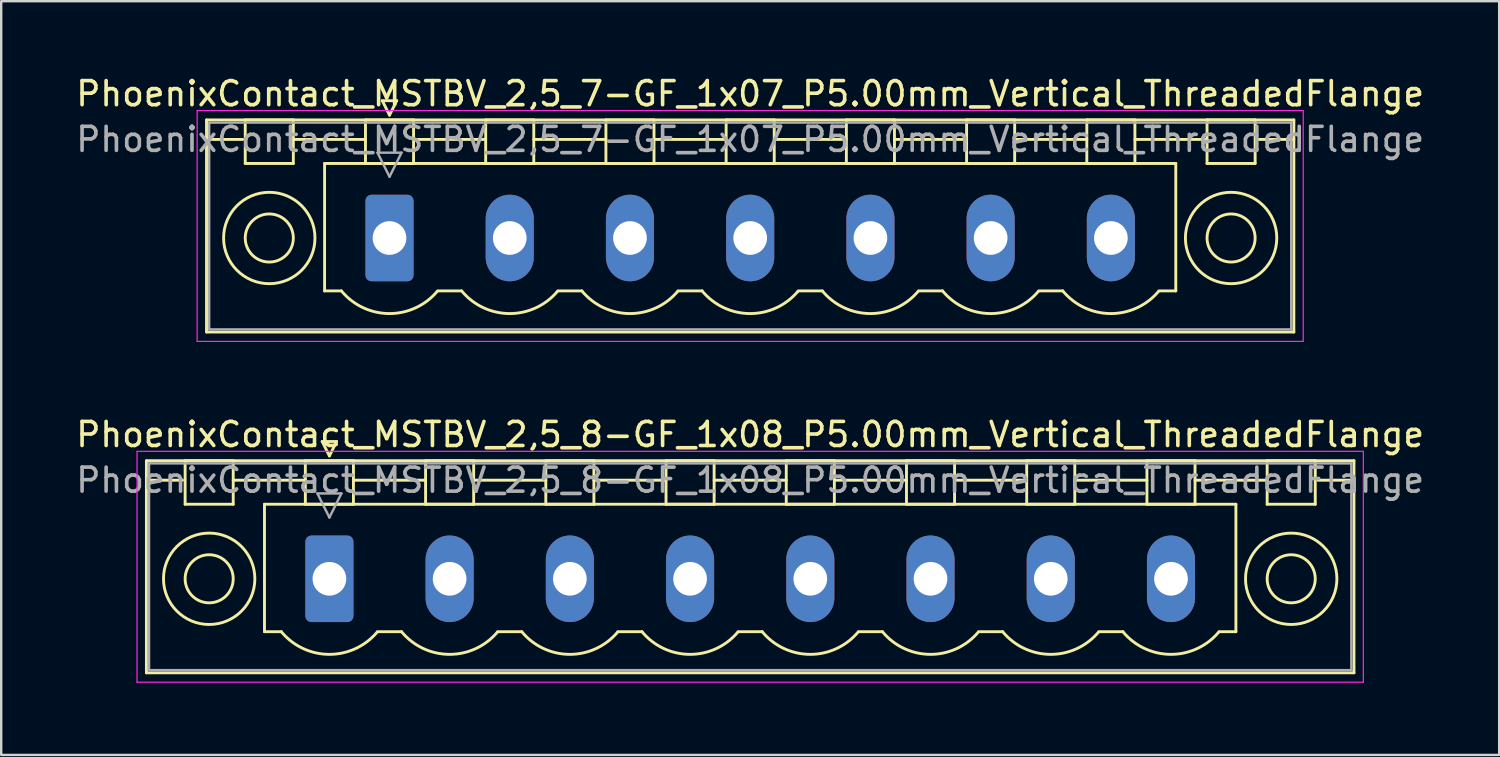
<source format=kicad_pcb>
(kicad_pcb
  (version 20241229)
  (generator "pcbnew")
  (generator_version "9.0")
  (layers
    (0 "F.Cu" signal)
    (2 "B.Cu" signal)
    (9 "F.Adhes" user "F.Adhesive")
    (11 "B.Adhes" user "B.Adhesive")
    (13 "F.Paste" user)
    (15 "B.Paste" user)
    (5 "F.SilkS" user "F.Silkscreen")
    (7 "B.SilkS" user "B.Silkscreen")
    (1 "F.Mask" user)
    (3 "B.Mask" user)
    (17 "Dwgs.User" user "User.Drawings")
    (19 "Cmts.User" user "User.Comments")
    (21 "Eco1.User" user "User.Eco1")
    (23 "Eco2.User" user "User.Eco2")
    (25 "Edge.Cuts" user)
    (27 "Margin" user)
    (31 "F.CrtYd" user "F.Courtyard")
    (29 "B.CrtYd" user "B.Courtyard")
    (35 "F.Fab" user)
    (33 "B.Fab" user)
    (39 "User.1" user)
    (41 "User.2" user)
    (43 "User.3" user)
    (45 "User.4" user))
  (footprint "PhoenixContact_MSTBV_2,5_7-GF_1x07_P5.00mm_Vertical_ThreadedFlange"
    (layer "F.Cu")
    (at 13.149 6.848)
    (property "Reference" "PhoenixContact_MSTBV_2,5_7-GF_1x07_P5.00mm_Vertical_ThreadedFlange" (at 15 -6 0) (layer "F.SilkS") (effects (font (size 1 1) (thickness 0.15))))
    (attr through_hole)
    (fp_line (start -7.61 -4.91) (end -7.61 3.91) (stroke (width 0.12) (type solid)) (layer "F.SilkS"))
    (fp_line (start -7.61 -4.1) (end -6.11 -4.1) (stroke (width 0.12) (type solid)) (layer "F.SilkS"))
    (fp_line (start -7.61 3.91) (end 37.61 3.91) (stroke (width 0.12) (type solid)) (layer "F.SilkS"))
    (fp_line (start -6 -4.91) (end -4 -4.91) (stroke (width 0.12) (type solid)) (layer "F.SilkS"))
    (fp_line (start -6 -3.1) (end -6 -4.91) (stroke (width 0.12) (type solid)) (layer "F.SilkS"))
    (fp_line (start -4 -4.91) (end -4 -3.1) (stroke (width 0.12) (type solid)) (layer "F.SilkS"))
    (fp_line (start -4 -4.1) (end -1 -4.1) (stroke (width 0.12) (type solid)) (layer "F.SilkS"))
    (fp_line (start -4 -3.1) (end -6 -3.1) (stroke (width 0.12) (type solid)) (layer "F.SilkS"))
    (fp_line (start -2.7 -3.1) (end 32.7 -3.1) (stroke (width 0.12) (type solid)) (layer "F.SilkS"))
    (fp_line (start -2.7 2.2) (end -2.7 -3.1) (stroke (width 0.12) (type solid)) (layer "F.SilkS"))
    (fp_line (start -2 2.2) (end -2.7 2.2) (stroke (width 0.12) (type solid)) (layer "F.SilkS"))
    (fp_line (start -1 -4.91) (end 1 -4.91) (stroke (width 0.12) (type solid)) (layer "F.SilkS"))
    (fp_line (start -1 -3.1) (end -1 -4.91) (stroke (width 0.12) (type solid)) (layer "F.SilkS"))
    (fp_line (start -0.3 -5.71) (end 0.3 -5.71) (stroke (width 0.12) (type solid)) (layer "F.SilkS"))
    (fp_line (start 0 -5.11) (end -0.3 -5.71) (stroke (width 0.12) (type solid)) (layer "F.SilkS"))
    (fp_line (start 0.3 -5.71) (end 0 -5.11) (stroke (width 0.12) (type solid)) (layer "F.SilkS"))
    (fp_line (start 1 -4.91) (end 1 -3.1) (stroke (width 0.12) (type solid)) (layer "F.SilkS"))
    (fp_line (start 1 -4.1) (end 4 -4.1) (stroke (width 0.12) (type solid)) (layer "F.SilkS"))
    (fp_line (start 1 -3.1) (end -1 -3.1) (stroke (width 0.12) (type solid)) (layer "F.SilkS"))
    (fp_line (start 2 2.2) (end 3 2.2) (stroke (width 0.12) (type solid)) (layer "F.SilkS"))
    (fp_line (start 4 -4.91) (end 6 -4.91) (stroke (width 0.12) (type solid)) (layer "F.SilkS"))
    (fp_line (start 4 -3.1) (end 4 -4.91) (stroke (width 0.12) (type solid)) (layer "F.SilkS"))
    (fp_line (start 6 -4.91) (end 6 -3.1) (stroke (width 0.12) (type solid)) (layer "F.SilkS"))
    (fp_line (start 6 -4.1) (end 9 -4.1) (stroke (width 0.12) (type solid)) (layer "F.SilkS"))
    (fp_line (start 6 -3.1) (end 4 -3.1) (stroke (width 0.12) (type solid)) (layer "F.SilkS"))
    (fp_line (start 7 2.2) (end 8 2.2) (stroke (width 0.12) (type solid)) (layer "F.SilkS"))
    (fp_line (start 9 -4.91) (end 11 -4.91) (stroke (width 0.12) (type solid)) (layer "F.SilkS"))
    (fp_line (start 9 -3.1) (end 9 -4.91) (stroke (width 0.12) (type solid)) (layer "F.SilkS"))
    (fp_line (start 11 -4.91) (end 11 -3.1) (stroke (width 0.12) (type solid)) (layer "F.SilkS"))
    (fp_line (start 11 -4.1) (end 14 -4.1) (stroke (width 0.12) (type solid)) (layer "F.SilkS"))
    (fp_line (start 11 -3.1) (end 9 -3.1) (stroke (width 0.12) (type solid)) (layer "F.SilkS"))
    (fp_line (start 12 2.2) (end 13 2.2) (stroke (width 0.12) (type solid)) (layer "F.SilkS"))
    (fp_line (start 14 -4.91) (end 16 -4.91) (stroke (width 0.12) (type solid)) (layer "F.SilkS"))
    (fp_line (start 14 -3.1) (end 14 -4.91) (stroke (width 0.12) (type solid)) (layer "F.SilkS"))
    (fp_line (start 16 -4.91) (end 16 -3.1) (stroke (width 0.12) (type solid)) (layer "F.SilkS"))
    (fp_line (start 16 -4.1) (end 19 -4.1) (stroke (width 0.12) (type solid)) (layer "F.SilkS"))
    (fp_line (start 16 -3.1) (end 14 -3.1) (stroke (width 0.12) (type solid)) (layer "F.SilkS"))
    (fp_line (start 17 2.2) (end 18 2.2) (stroke (width 0.12) (type solid)) (layer "F.SilkS"))
    (fp_line (start 19 -4.91) (end 21 -4.91) (stroke (width 0.12) (type solid)) (layer "F.SilkS"))
    (fp_line (start 19 -3.1) (end 19 -4.91) (stroke (width 0.12) (type solid)) (layer "F.SilkS"))
    (fp_line (start 21 -4.91) (end 21 -3.1) (stroke (width 0.12) (type solid)) (layer "F.SilkS"))
    (fp_line (start 21 -4.1) (end 24 -4.1) (stroke (width 0.12) (type solid)) (layer "F.SilkS"))
    (fp_line (start 21 -3.1) (end 19 -3.1) (stroke (width 0.12) (type solid)) (layer "F.SilkS"))
    (fp_line (start 22 2.2) (end 23 2.2) (stroke (width 0.12) (type solid)) (layer "F.SilkS"))
    (fp_line (start 24 -4.91) (end 26 -4.91) (stroke (width 0.12) (type solid)) (layer "F.SilkS"))
    (fp_line (start 24 -3.1) (end 24 -4.91) (stroke (width 0.12) (type solid)) (layer "F.SilkS"))
    (fp_line (start 26 -4.91) (end 26 -3.1) (stroke (width 0.12) (type solid)) (layer "F.SilkS"))
    (fp_line (start 26 -4.1) (end 29 -4.1) (stroke (width 0.12) (type solid)) (layer "F.SilkS"))
    (fp_line (start 26 -3.1) (end 24 -3.1) (stroke (width 0.12) (type solid)) (layer "F.SilkS"))
    (fp_line (start 27 2.2) (end 28 2.2) (stroke (width 0.12) (type solid)) (layer "F.SilkS"))
    (fp_line (start 29 -4.91) (end 31 -4.91) (stroke (width 0.12) (type solid)) (layer "F.SilkS"))
    (fp_line (start 29 -3.1) (end 29 -4.91) (stroke (width 0.12) (type solid)) (layer "F.SilkS"))
    (fp_line (start 31 -4.91) (end 31 -3.1) (stroke (width 0.12) (type solid)) (layer "F.SilkS"))
    (fp_line (start 31 -4.1) (end 34 -4.1) (stroke (width 0.12) (type solid)) (layer "F.SilkS"))
    (fp_line (start 31 -3.1) (end 29 -3.1) (stroke (width 0.12) (type solid)) (layer "F.SilkS"))
    (fp_line (start 32.7 -3.1) (end 32.7 2.2) (stroke (width 0.12) (type solid)) (layer "F.SilkS"))
    (fp_line (start 32.7 2.2) (end 32 2.2) (stroke (width 0.12) (type solid)) (layer "F.SilkS"))
    (fp_line (start 34 -4.91) (end 36 -4.91) (stroke (width 0.12) (type solid)) (layer "F.SilkS"))
    (fp_line (start 34 -3.1) (end 34 -4.91) (stroke (width 0.12) (type solid)) (layer "F.SilkS"))
    (fp_line (start 36 -4.91) (end 36 -3.1) (stroke (width 0.12) (type solid)) (layer "F.SilkS"))
    (fp_line (start 36 -3.1) (end 34 -3.1) (stroke (width 0.12) (type solid)) (layer "F.SilkS"))
    (fp_line (start 37.61 -4.91) (end -7.61 -4.91) (stroke (width 0.12) (type solid)) (layer "F.SilkS"))
    (fp_line (start 37.61 -4.1) (end 36.11 -4.1) (stroke (width 0.12) (type solid)) (layer "F.SilkS"))
    (fp_line (start 37.61 3.91) (end 37.61 -4.91) (stroke (width 0.12) (type solid)) (layer "F.SilkS"))
    (fp_arc (start 1.986842 2.215821) (mid -0.010289 3.142758) (end -2 2.2) (stroke (width 0.12) (type solid)) (layer "F.SilkS"))
    (fp_arc (start 6.986842 2.215821) (mid 4.989711 3.142758) (end 3 2.2) (stroke (width 0.12) (type solid)) (layer "F.SilkS"))
    (fp_arc (start 11.986842 2.215821) (mid 9.989711 3.142758) (end 8 2.2) (stroke (width 0.12) (type solid)) (layer "F.SilkS"))
    (fp_arc (start 16.986842 2.215821) (mid 14.989711 3.142758) (end 13 2.2) (stroke (width 0.12) (type solid)) (layer "F.SilkS"))
    (fp_arc (start 21.986842 2.215821) (mid 19.989711 3.142758) (end 18 2.2) (stroke (width 0.12) (type solid)) (layer "F.SilkS"))
    (fp_arc (start 26.986842 2.215821) (mid 24.989711 3.142758) (end 23 2.2) (stroke (width 0.12) (type solid)) (layer "F.SilkS"))
    (fp_arc (start 31.986842 2.215821) (mid 29.989711 3.142758) (end 28 2.2) (stroke (width 0.12) (type solid)) (layer "F.SilkS"))
    (fp_circle (center -5 0) (end -4 0) (stroke (width 0.12) (type solid)) (fill no) (layer "F.SilkS"))
    (fp_circle (center -5 0) (end -3.1 0) (stroke (width 0.12) (type solid)) (fill no) (layer "F.SilkS"))
    (fp_circle (center 35 0) (end 36 0) (stroke (width 0.12) (type solid)) (fill no) (layer "F.SilkS"))
    (fp_circle (center 35 0) (end 36.9 0) (stroke (width 0.12) (type solid)) (fill no) (layer "F.SilkS"))
    (fp_line (start -8 -5.3) (end -8 4.3) (stroke (width 0.05) (type solid)) (layer "F.CrtYd"))
    (fp_line (start -8 4.3) (end 38 4.3) (stroke (width 0.05) (type solid)) (layer "F.CrtYd"))
    (fp_line (start 38 -5.3) (end -8 -5.3) (stroke (width 0.05) (type solid)) (layer "F.CrtYd"))
    (fp_line (start 38 4.3) (end 38 -5.3) (stroke (width 0.05) (type solid)) (layer "F.CrtYd"))
    (fp_line (start -7.5 -4.8) (end -7.5 3.8) (stroke (width 0.1) (type solid)) (layer "F.Fab"))
    (fp_line (start -7.5 3.8) (end 37.5 3.8) (stroke (width 0.1) (type solid)) (layer "F.Fab"))
    (fp_line (start -0.5 -3.55) (end 0.5 -3.55) (stroke (width 0.1) (type solid)) (layer "F.Fab"))
    (fp_line (start 0 -2.55) (end -0.5 -3.55) (stroke (width 0.1) (type solid)) (layer "F.Fab"))
    (fp_line (start 0.5 -3.55) (end 0 -2.55) (stroke (width 0.1) (type solid)) (layer "F.Fab"))
    (fp_line (start 37.5 -4.8) (end -7.5 -4.8) (stroke (width 0.1) (type solid)) (layer "F.Fab"))
    (fp_line (start 37.5 3.8) (end 37.5 -4.8) (stroke (width 0.1) (type solid)) (layer "F.Fab"))
    (fp_text user "${REFERENCE}" (at 15 -4.1 0) (layer "F.Fab") (effects (font (size 1 1) (thickness 0.15))))
    (pad "1" thru_hole roundrect (at 0 0) (size 2 3.6) (drill 1.4) (layers "*.Cu" "*.Mask") (roundrect_rratio 0.125))
    (pad "2" thru_hole oval (at 5 0) (size 2 3.6) (drill 1.4) (layers "*.Cu" "*.Mask"))
    (pad "3" thru_hole oval (at 10 0) (size 2 3.6) (drill 1.4) (layers "*.Cu" "*.Mask"))
    (pad "4" thru_hole oval (at 15 0) (size 2 3.6) (drill 1.4) (layers "*.Cu" "*.Mask"))
    (pad "5" thru_hole oval (at 20 0) (size 2 3.6) (drill 1.4) (layers "*.Cu" "*.Mask"))
    (pad "6" thru_hole oval (at 25 0) (size 2 3.6) (drill 1.4) (layers "*.Cu" "*.Mask"))
    (pad "7" thru_hole oval (at 30 0) (size 2 3.6) (drill 1.4) (layers "*.Cu" "*.Mask")))
  (footprint "PhoenixContact_MSTBV_2,5_8-GF_1x08_P5.00mm_Vertical_ThreadedFlange"
    (layer "F.Cu")
    (at 10.649 21.021)
    (property "Reference" "PhoenixContact_MSTBV_2,5_8-GF_1x08_P5.00mm_Vertical_ThreadedFlange" (at 17.5 -6 0) (layer "F.SilkS") (effects (font (size 1 1) (thickness 0.15))))
    (attr through_hole)
    (fp_line (start -7.61 -4.91) (end -7.61 3.91) (stroke (width 0.12) (type solid)) (layer "F.SilkS"))
    (fp_line (start -7.61 -4.1) (end -6.11 -4.1) (stroke (width 0.12) (type solid)) (layer "F.SilkS"))
    (fp_line (start -7.61 3.91) (end 42.61 3.91) (stroke (width 0.12) (type solid)) (layer "F.SilkS"))
    (fp_line (start -6 -4.91) (end -4 -4.91) (stroke (width 0.12) (type solid)) (layer "F.SilkS"))
    (fp_line (start -6 -3.1) (end -6 -4.91) (stroke (width 0.12) (type solid)) (layer "F.SilkS"))
    (fp_line (start -4 -4.91) (end -4 -3.1) (stroke (width 0.12) (type solid)) (layer "F.SilkS"))
    (fp_line (start -4 -4.1) (end -1 -4.1) (stroke (width 0.12) (type solid)) (layer "F.SilkS"))
    (fp_line (start -4 -3.1) (end -6 -3.1) (stroke (width 0.12) (type solid)) (layer "F.SilkS"))
    (fp_line (start -2.7 -3.1) (end 37.7 -3.1) (stroke (width 0.12) (type solid)) (layer "F.SilkS"))
    (fp_line (start -2.7 2.2) (end -2.7 -3.1) (stroke (width 0.12) (type solid)) (layer "F.SilkS"))
    (fp_line (start -2 2.2) (end -2.7 2.2) (stroke (width 0.12) (type solid)) (layer "F.SilkS"))
    (fp_line (start -1 -4.91) (end 1 -4.91) (stroke (width 0.12) (type solid)) (layer "F.SilkS"))
    (fp_line (start -1 -3.1) (end -1 -4.91) (stroke (width 0.12) (type solid)) (layer "F.SilkS"))
    (fp_line (start -0.3 -5.71) (end 0.3 -5.71) (stroke (width 0.12) (type solid)) (layer "F.SilkS"))
    (fp_line (start 0 -5.11) (end -0.3 -5.71) (stroke (width 0.12) (type solid)) (layer "F.SilkS"))
    (fp_line (start 0.3 -5.71) (end 0 -5.11) (stroke (width 0.12) (type solid)) (layer "F.SilkS"))
    (fp_line (start 1 -4.91) (end 1 -3.1) (stroke (width 0.12) (type solid)) (layer "F.SilkS"))
    (fp_line (start 1 -4.1) (end 4 -4.1) (stroke (width 0.12) (type solid)) (layer "F.SilkS"))
    (fp_line (start 1 -3.1) (end -1 -3.1) (stroke (width 0.12) (type solid)) (layer "F.SilkS"))
    (fp_line (start 2 2.2) (end 3 2.2) (stroke (width 0.12) (type solid)) (layer "F.SilkS"))
    (fp_line (start 4 -4.91) (end 6 -4.91) (stroke (width 0.12) (type solid)) (layer "F.SilkS"))
    (fp_line (start 4 -3.1) (end 4 -4.91) (stroke (width 0.12) (type solid)) (layer "F.SilkS"))
    (fp_line (start 6 -4.91) (end 6 -3.1) (stroke (width 0.12) (type solid)) (layer "F.SilkS"))
    (fp_line (start 6 -4.1) (end 9 -4.1) (stroke (width 0.12) (type solid)) (layer "F.SilkS"))
    (fp_line (start 6 -3.1) (end 4 -3.1) (stroke (width 0.12) (type solid)) (layer "F.SilkS"))
    (fp_line (start 7 2.2) (end 8 2.2) (stroke (width 0.12) (type solid)) (layer "F.SilkS"))
    (fp_line (start 9 -4.91) (end 11 -4.91) (stroke (width 0.12) (type solid)) (layer "F.SilkS"))
    (fp_line (start 9 -3.1) (end 9 -4.91) (stroke (width 0.12) (type solid)) (layer "F.SilkS"))
    (fp_line (start 11 -4.91) (end 11 -3.1) (stroke (width 0.12) (type solid)) (layer "F.SilkS"))
    (fp_line (start 11 -4.1) (end 14 -4.1) (stroke (width 0.12) (type solid)) (layer "F.SilkS"))
    (fp_line (start 11 -3.1) (end 9 -3.1) (stroke (width 0.12) (type solid)) (layer "F.SilkS"))
    (fp_line (start 12 2.2) (end 13 2.2) (stroke (width 0.12) (type solid)) (layer "F.SilkS"))
    (fp_line (start 14 -4.91) (end 16 -4.91) (stroke (width 0.12) (type solid)) (layer "F.SilkS"))
    (fp_line (start 14 -3.1) (end 14 -4.91) (stroke (width 0.12) (type solid)) (layer "F.SilkS"))
    (fp_line (start 16 -4.91) (end 16 -3.1) (stroke (width 0.12) (type solid)) (layer "F.SilkS"))
    (fp_line (start 16 -4.1) (end 19 -4.1) (stroke (width 0.12) (type solid)) (layer "F.SilkS"))
    (fp_line (start 16 -3.1) (end 14 -3.1) (stroke (width 0.12) (type solid)) (layer "F.SilkS"))
    (fp_line (start 17 2.2) (end 18 2.2) (stroke (width 0.12) (type solid)) (layer "F.SilkS"))
    (fp_line (start 19 -4.91) (end 21 -4.91) (stroke (width 0.12) (type solid)) (layer "F.SilkS"))
    (fp_line (start 19 -3.1) (end 19 -4.91) (stroke (width 0.12) (type solid)) (layer "F.SilkS"))
    (fp_line (start 21 -4.91) (end 21 -3.1) (stroke (width 0.12) (type solid)) (layer "F.SilkS"))
    (fp_line (start 21 -4.1) (end 24 -4.1) (stroke (width 0.12) (type solid)) (layer "F.SilkS"))
    (fp_line (start 21 -3.1) (end 19 -3.1) (stroke (width 0.12) (type solid)) (layer "F.SilkS"))
    (fp_line (start 22 2.2) (end 23 2.2) (stroke (width 0.12) (type solid)) (layer "F.SilkS"))
    (fp_line (start 24 -4.91) (end 26 -4.91) (stroke (width 0.12) (type solid)) (layer "F.SilkS"))
    (fp_line (start 24 -3.1) (end 24 -4.91) (stroke (width 0.12) (type solid)) (layer "F.SilkS"))
    (fp_line (start 26 -4.91) (end 26 -3.1) (stroke (width 0.12) (type solid)) (layer "F.SilkS"))
    (fp_line (start 26 -4.1) (end 29 -4.1) (stroke (width 0.12) (type solid)) (layer "F.SilkS"))
    (fp_line (start 26 -3.1) (end 24 -3.1) (stroke (width 0.12) (type solid)) (layer "F.SilkS"))
    (fp_line (start 27 2.2) (end 28 2.2) (stroke (width 0.12) (type solid)) (layer "F.SilkS"))
    (fp_line (start 29 -4.91) (end 31 -4.91) (stroke (width 0.12) (type solid)) (layer "F.SilkS"))
    (fp_line (start 29 -3.1) (end 29 -4.91) (stroke (width 0.12) (type solid)) (layer "F.SilkS"))
    (fp_line (start 31 -4.91) (end 31 -3.1) (stroke (width 0.12) (type solid)) (layer "F.SilkS"))
    (fp_line (start 31 -4.1) (end 34 -4.1) (stroke (width 0.12) (type solid)) (layer "F.SilkS"))
    (fp_line (start 31 -3.1) (end 29 -3.1) (stroke (width 0.12) (type solid)) (layer "F.SilkS"))
    (fp_line (start 32 2.2) (end 33 2.2) (stroke (width 0.12) (type solid)) (layer "F.SilkS"))
    (fp_line (start 34 -4.91) (end 36 -4.91) (stroke (width 0.12) (type solid)) (layer "F.SilkS"))
    (fp_line (start 34 -3.1) (end 34 -4.91) (stroke (width 0.12) (type solid)) (layer "F.SilkS"))
    (fp_line (start 36 -4.91) (end 36 -3.1) (stroke (width 0.12) (type solid)) (layer "F.SilkS"))
    (fp_line (start 36 -4.1) (end 39 -4.1) (stroke (width 0.12) (type solid)) (layer "F.SilkS"))
    (fp_line (start 36 -3.1) (end 34 -3.1) (stroke (width 0.12) (type solid)) (layer "F.SilkS"))
    (fp_line (start 37.7 -3.1) (end 37.7 2.2) (stroke (width 0.12) (type solid)) (layer "F.SilkS"))
    (fp_line (start 37.7 2.2) (end 37 2.2) (stroke (width 0.12) (type solid)) (layer "F.SilkS"))
    (fp_line (start 39 -4.91) (end 41 -4.91) (stroke (width 0.12) (type solid)) (layer "F.SilkS"))
    (fp_line (start 39 -3.1) (end 39 -4.91) (stroke (width 0.12) (type solid)) (layer "F.SilkS"))
    (fp_line (start 41 -4.91) (end 41 -3.1) (stroke (width 0.12) (type solid)) (layer "F.SilkS"))
    (fp_line (start 41 -3.1) (end 39 -3.1) (stroke (width 0.12) (type solid)) (layer "F.SilkS"))
    (fp_line (start 42.61 -4.91) (end -7.61 -4.91) (stroke (width 0.12) (type solid)) (layer "F.SilkS"))
    (fp_line (start 42.61 -4.1) (end 41.11 -4.1) (stroke (width 0.12) (type solid)) (layer "F.SilkS"))
    (fp_line (start 42.61 3.91) (end 42.61 -4.91) (stroke (width 0.12) (type solid)) (layer "F.SilkS"))
    (fp_arc (start 1.986842 2.215821) (mid -0.010289 3.142758) (end -2 2.2) (stroke (width 0.12) (type solid)) (layer "F.SilkS"))
    (fp_arc (start 6.986842 2.215821) (mid 4.989711 3.142758) (end 3 2.2) (stroke (width 0.12) (type solid)) (layer "F.SilkS"))
    (fp_arc (start 11.986842 2.215821) (mid 9.989711 3.142758) (end 8 2.2) (stroke (width 0.12) (type solid)) (layer "F.SilkS"))
    (fp_arc (start 16.986842 2.215821) (mid 14.989711 3.142758) (end 13 2.2) (stroke (width 0.12) (type solid)) (layer "F.SilkS"))
    (fp_arc (start 21.986842 2.215821) (mid 19.989711 3.142758) (end 18 2.2) (stroke (width 0.12) (type solid)) (layer "F.SilkS"))
    (fp_arc (start 26.986842 2.215821) (mid 24.989711 3.142758) (end 23 2.2) (stroke (width 0.12) (type solid)) (layer "F.SilkS"))
    (fp_arc (start 31.986842 2.215821) (mid 29.989711 3.142758) (end 28 2.2) (stroke (width 0.12) (type solid)) (layer "F.SilkS"))
    (fp_arc (start 36.986842 2.215821) (mid 34.989711 3.142758) (end 33 2.2) (stroke (width 0.12) (type solid)) (layer "F.SilkS"))
    (fp_circle (center -5 0) (end -4 0) (stroke (width 0.12) (type solid)) (fill no) (layer "F.SilkS"))
    (fp_circle (center -5 0) (end -3.1 0) (stroke (width 0.12) (type solid)) (fill no) (layer "F.SilkS"))
    (fp_circle (center 40 0) (end 41 0) (stroke (width 0.12) (type solid)) (fill no) (layer "F.SilkS"))
    (fp_circle (center 40 0) (end 41.9 0) (stroke (width 0.12) (type solid)) (fill no) (layer "F.SilkS"))
    (fp_line (start -8 -5.3) (end -8 4.3) (stroke (width 0.05) (type solid)) (layer "F.CrtYd"))
    (fp_line (start -8 4.3) (end 43 4.3) (stroke (width 0.05) (type solid)) (layer "F.CrtYd"))
    (fp_line (start 43 -5.3) (end -8 -5.3) (stroke (width 0.05) (type solid)) (layer "F.CrtYd"))
    (fp_line (start 43 4.3) (end 43 -5.3) (stroke (width 0.05) (type solid)) (layer "F.CrtYd"))
    (fp_line (start -7.5 -4.8) (end -7.5 3.8) (stroke (width 0.1) (type solid)) (layer "F.Fab"))
    (fp_line (start -7.5 3.8) (end 42.5 3.8) (stroke (width 0.1) (type solid)) (layer "F.Fab"))
    (fp_line (start -0.5 -3.55) (end 0.5 -3.55) (stroke (width 0.1) (type solid)) (layer "F.Fab"))
    (fp_line (start 0 -2.55) (end -0.5 -3.55) (stroke (width 0.1) (type solid)) (layer "F.Fab"))
    (fp_line (start 0.5 -3.55) (end 0 -2.55) (stroke (width 0.1) (type solid)) (layer "F.Fab"))
    (fp_line (start 42.5 -4.8) (end -7.5 -4.8) (stroke (width 0.1) (type solid)) (layer "F.Fab"))
    (fp_line (start 42.5 3.8) (end 42.5 -4.8) (stroke (width 0.1) (type solid)) (layer "F.Fab"))
    (fp_text user "${REFERENCE}" (at 17.5 -4.1 0) (layer "F.Fab") (effects (font (size 1 1) (thickness 0.15))))
    (pad "1" thru_hole roundrect (at 0 0) (size 2 3.6) (drill 1.4) (layers "*.Cu" "*.Mask") (roundrect_rratio 0.125))
    (pad "2" thru_hole oval (at 5 0) (size 2 3.6) (drill 1.4) (layers "*.Cu" "*.Mask"))
    (pad "3" thru_hole oval (at 10 0) (size 2 3.6) (drill 1.4) (layers "*.Cu" "*.Mask"))
    (pad "4" thru_hole oval (at 15 0) (size 2 3.6) (drill 1.4) (layers "*.Cu" "*.Mask"))
    (pad "5" thru_hole oval (at 20 0) (size 2 3.6) (drill 1.4) (layers "*.Cu" "*.Mask"))
    (pad "6" thru_hole oval (at 25 0) (size 2 3.6) (drill 1.4) (layers "*.Cu" "*.Mask"))
    (pad "7" thru_hole oval (at 30 0) (size 2 3.6) (drill 1.4) (layers "*.Cu" "*.Mask"))
    (pad "8" thru_hole oval (at 35 0) (size 2 3.6) (drill 1.4) (layers "*.Cu" "*.Mask")))
  (gr_rect
    (start -3 -3)
    (end 59.298 28.346)
    (stroke (width 0.1) (type default))
    (fill no)
    (layer "Edge.Cuts")))
</source>
